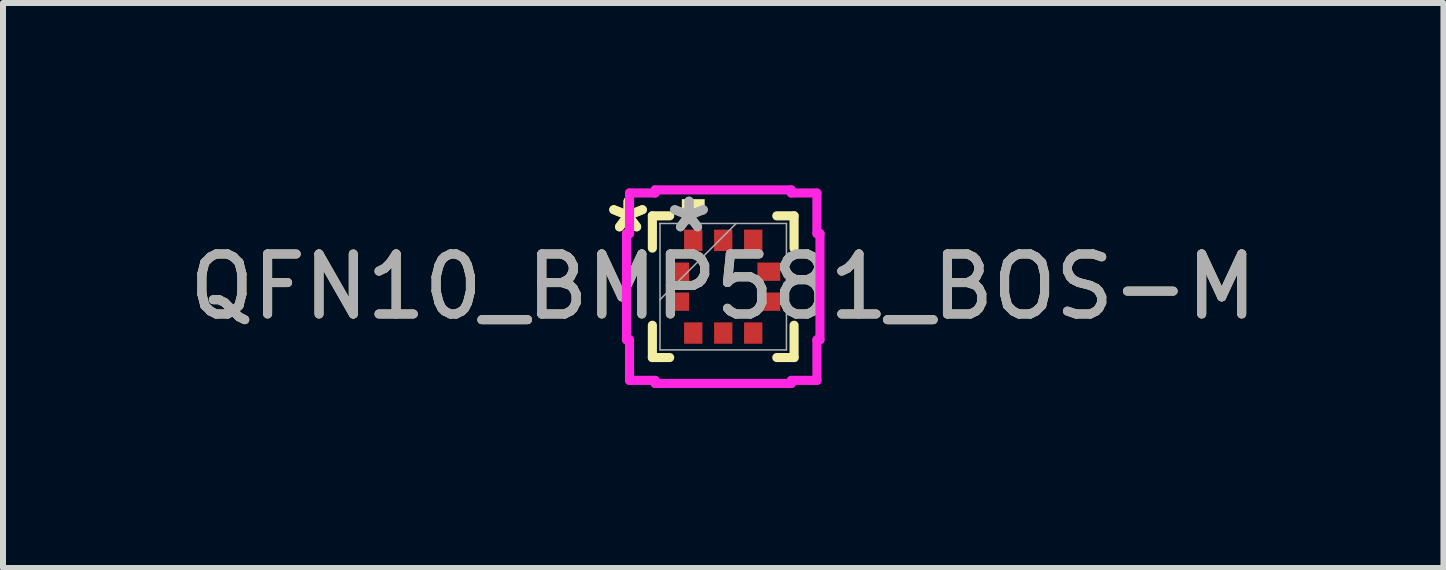
<source format=kicad_pcb>
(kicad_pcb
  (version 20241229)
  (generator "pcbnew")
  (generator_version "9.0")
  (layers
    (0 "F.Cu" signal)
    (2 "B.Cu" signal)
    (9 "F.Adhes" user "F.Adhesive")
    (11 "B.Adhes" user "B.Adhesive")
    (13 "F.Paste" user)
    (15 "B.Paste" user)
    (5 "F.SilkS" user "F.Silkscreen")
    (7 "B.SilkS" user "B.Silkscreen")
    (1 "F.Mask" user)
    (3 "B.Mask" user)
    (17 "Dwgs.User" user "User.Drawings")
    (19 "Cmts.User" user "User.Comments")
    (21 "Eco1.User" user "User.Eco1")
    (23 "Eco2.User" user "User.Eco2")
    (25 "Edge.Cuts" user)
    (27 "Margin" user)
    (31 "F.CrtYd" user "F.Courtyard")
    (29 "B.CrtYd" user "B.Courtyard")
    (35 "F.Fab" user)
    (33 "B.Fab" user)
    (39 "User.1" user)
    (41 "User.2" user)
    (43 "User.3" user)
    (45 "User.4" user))
  (footprint "QFN10_BMP581_BOS-M"
    (layer "F.Cu")
    (at 9.006 1.729)
    (property "Reference" "QFN10_BMP581_BOS-M" (at 0 0 0) (unlocked yes) (layer "F.SilkS") (effects (font (size 1 1) (thickness 0.15))))
    (attr smd)
    (fp_line (start -1.181 -1.181) (end -1.181 -0.643) (stroke (width 0.152) (type solid)) (layer "F.SilkS"))
    (fp_line (start -1.181 0.643) (end -1.181 1.181) (stroke (width 0.152) (type solid)) (layer "F.SilkS"))
    (fp_line (start -1.181 1.181) (end -0.893 1.181) (stroke (width 0.152) (type solid)) (layer "F.SilkS"))
    (fp_line (start -0.893 -1.181) (end -1.181 -1.181) (stroke (width 0.152) (type solid)) (layer "F.SilkS"))
    (fp_line (start 0.893 1.181) (end 1.181 1.181) (stroke (width 0.152) (type solid)) (layer "F.SilkS"))
    (fp_line (start 1.181 -1.181) (end 0.893 -1.181) (stroke (width 0.152) (type solid)) (layer "F.SilkS"))
    (fp_line (start 1.181 -0.643) (end 1.181 -1.181) (stroke (width 0.152) (type solid)) (layer "F.SilkS"))
    (fp_line (start 1.181 1.181) (end 1.181 0.643) (stroke (width 0.152) (type solid)) (layer "F.SilkS"))
    (fp_poly (pts (xy -0.69 -1.205) (xy -0.69 -1.459) (xy -0.309 -1.459) (xy -0.309 -1.205)) (stroke (width 0) (type solid)) (fill yes) (layer "F.SilkS"))
    (fp_line (start -1.613 -0.885) (end -1.562 -0.885) (stroke (width 0.152) (type solid)) (layer "F.CrtYd"))
    (fp_line (start -1.613 0.885) (end -1.613 -0.885) (stroke (width 0.152) (type solid)) (layer "F.CrtYd"))
    (fp_line (start -1.562 -1.562) (end -1.135 -1.562) (stroke (width 0.152) (type solid)) (layer "F.CrtYd"))
    (fp_line (start -1.562 -0.885) (end -1.562 -1.562) (stroke (width 0.152) (type solid)) (layer "F.CrtYd"))
    (fp_line (start -1.562 0.885) (end -1.613 0.885) (stroke (width 0.152) (type solid)) (layer "F.CrtYd"))
    (fp_line (start -1.562 1.562) (end -1.562 0.885) (stroke (width 0.152) (type solid)) (layer "F.CrtYd"))
    (fp_line (start -1.562 1.562) (end -1.135 1.562) (stroke (width 0.152) (type solid)) (layer "F.CrtYd"))
    (fp_line (start -1.135 -1.613) (end 1.135 -1.613) (stroke (width 0.152) (type solid)) (layer "F.CrtYd"))
    (fp_line (start -1.135 -1.562) (end -1.135 -1.613) (stroke (width 0.152) (type solid)) (layer "F.CrtYd"))
    (fp_line (start -1.135 1.562) (end -1.135 1.613) (stroke (width 0.152) (type solid)) (layer "F.CrtYd"))
    (fp_line (start -1.135 1.613) (end 1.135 1.613) (stroke (width 0.152) (type solid)) (layer "F.CrtYd"))
    (fp_line (start 1.135 -1.613) (end 1.135 -1.562) (stroke (width 0.152) (type solid)) (layer "F.CrtYd"))
    (fp_line (start 1.135 -1.562) (end 1.562 -1.562) (stroke (width 0.152) (type solid)) (layer "F.CrtYd"))
    (fp_line (start 1.135 1.562) (end 1.562 1.562) (stroke (width 0.152) (type solid)) (layer "F.CrtYd"))
    (fp_line (start 1.135 1.613) (end 1.135 1.562) (stroke (width 0.152) (type solid)) (layer "F.CrtYd"))
    (fp_line (start 1.562 -0.885) (end 1.562 -1.562) (stroke (width 0.152) (type solid)) (layer "F.CrtYd"))
    (fp_line (start 1.562 0.885) (end 1.613 0.885) (stroke (width 0.152) (type solid)) (layer "F.CrtYd"))
    (fp_line (start 1.562 1.562) (end 1.562 0.885) (stroke (width 0.152) (type solid)) (layer "F.CrtYd"))
    (fp_line (start 1.613 -0.885) (end 1.562 -0.885) (stroke (width 0.152) (type solid)) (layer "F.CrtYd"))
    (fp_line (start 1.613 0.885) (end 1.613 -0.885) (stroke (width 0.152) (type solid)) (layer "F.CrtYd"))
    (fp_line (start -1.054 -1.054) (end -1.054 1.054) (stroke (width 0.025) (type solid)) (layer "F.Fab"))
    (fp_line (start -1.054 0.216) (end 0.216 -1.054) (stroke (width 0.025) (type solid)) (layer "F.Fab"))
    (fp_line (start -1.054 1.054) (end 1.054 1.054) (stroke (width 0.025) (type solid)) (layer "F.Fab"))
    (fp_line (start 1.054 -1.054) (end -1.054 -1.054) (stroke (width 0.025) (type solid)) (layer "F.Fab"))
    (fp_line (start 1.054 1.054) (end 1.054 -1.054) (stroke (width 0.025) (type solid)) (layer "F.Fab"))
    (fp_text user "*" (at -1.586 -0.881 0) (unlocked yes) (layer "F.SilkS") (effects (font (size 1 1) (thickness 0.15))))
    (fp_text user "*" (at -1.586 -0.881 0) (layer "F.SilkS") (effects (font (size 1 1) (thickness 0.15))))
    (fp_text user "*" (at -0.57 -0.881 0) (unlocked yes) (layer "F.Fab") (effects (font (size 1 1) (thickness 0.15))))
    (fp_text user "*" (at -0.57 -0.881 0) (layer "F.Fab") (effects (font (size 1 1) (thickness 0.15))))
    (fp_text user "${REFERENCE}" (at 0 0 0) (unlocked yes) (layer "F.Fab") (effects (font (size 1 1) (thickness 0.15))))
    (pad "1" smd rect (at -0.76 -0.25 90) (size 0.305 0.381) (layers "F.Cu" "F.Mask" "F.Paste"))
    (pad "2" smd rect (at -0.76 0.25 90) (size 0.305 0.381) (layers "F.Cu" "F.Mask" "F.Paste"))
    (pad "3" smd rect (at -0.5 0.773) (size 0.305 0.356) (layers "F.Cu" "F.Mask" "F.Paste"))
    (pad "4" smd rect (at 0 0.773) (size 0.305 0.356) (layers "F.Cu" "F.Mask" "F.Paste"))
    (pad "5" smd rect (at 0.5 0.773) (size 0.305 0.356) (layers "F.Cu" "F.Mask" "F.Paste"))
    (pad "6" smd rect (at 0.76 0.25 90) (size 0.305 0.381) (layers "F.Cu" "F.Mask" "F.Paste"))
    (pad "7" smd rect (at 0.76 -0.25 90) (size 0.305 0.381) (layers "F.Cu" "F.Mask" "F.Paste"))
    (pad "8" smd rect (at 0.5 -0.773) (size 0.305 0.356) (layers "F.Cu" "F.Mask" "F.Paste"))
    (pad "9" smd rect (at 0 -0.773) (size 0.305 0.356) (layers "F.Cu" "F.Mask" "F.Paste"))
    (pad "10" smd rect (at -0.5 -0.773) (size 0.305 0.356) (layers "F.Cu" "F.Mask" "F.Paste")))
  (gr_rect
    (start -3 -3)
    (end 21.012 6.418)
    (stroke (width 0.1) (type default))
    (fill no)
    (layer "Edge.Cuts")))
</source>
